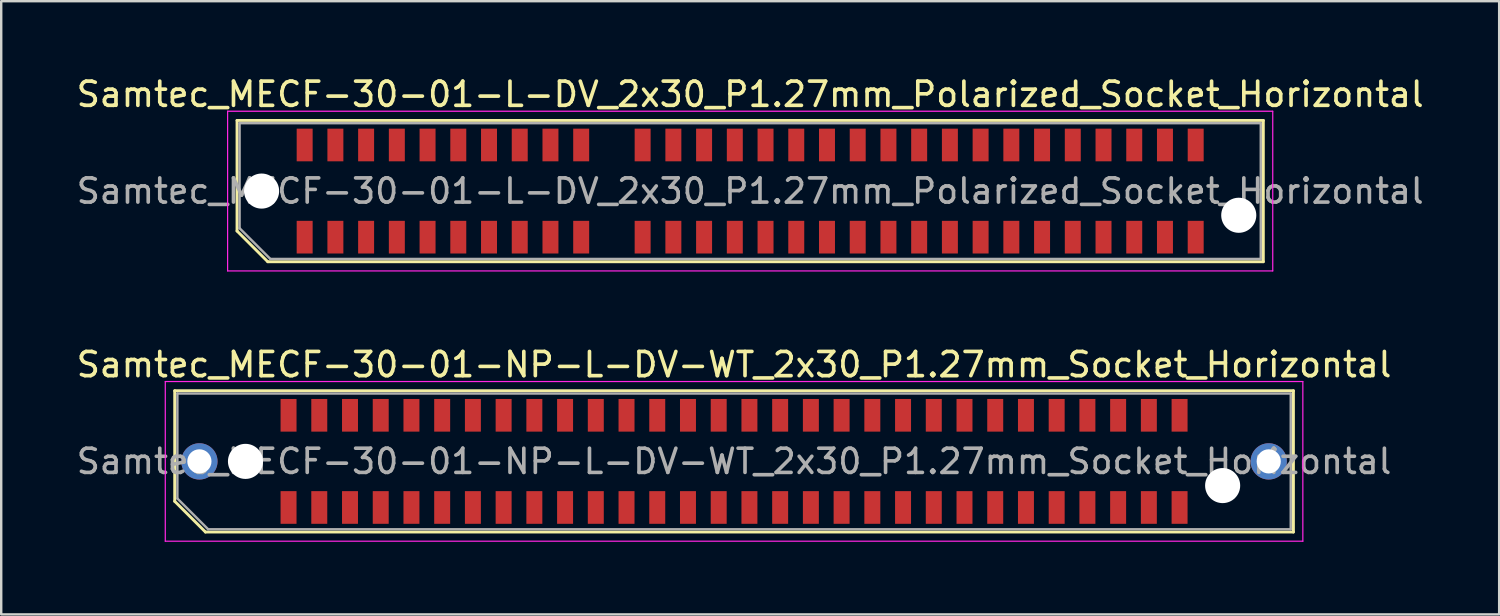
<source format=kicad_pcb>
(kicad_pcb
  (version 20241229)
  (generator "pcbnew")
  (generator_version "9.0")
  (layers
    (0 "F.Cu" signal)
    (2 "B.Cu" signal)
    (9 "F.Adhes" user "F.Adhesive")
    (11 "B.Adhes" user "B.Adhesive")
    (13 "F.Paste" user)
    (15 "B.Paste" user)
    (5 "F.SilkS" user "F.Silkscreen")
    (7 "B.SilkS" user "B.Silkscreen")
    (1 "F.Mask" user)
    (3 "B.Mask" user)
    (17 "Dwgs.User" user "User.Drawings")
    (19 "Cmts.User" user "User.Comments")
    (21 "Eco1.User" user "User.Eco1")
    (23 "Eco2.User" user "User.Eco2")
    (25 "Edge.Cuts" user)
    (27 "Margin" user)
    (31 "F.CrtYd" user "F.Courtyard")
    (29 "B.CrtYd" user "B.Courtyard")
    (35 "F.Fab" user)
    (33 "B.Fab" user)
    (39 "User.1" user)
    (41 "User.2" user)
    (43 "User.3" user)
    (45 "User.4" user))
  (footprint "Samtec_MECF-30-01-NP-L-DV-WT_2x30_P1.27mm_Socket_Horizontal"
    (layer "F.Cu")
    (at 27.292 16.021)
    (property "Reference" "Samtec_MECF-30-01-NP-L-DV-WT_2x30_P1.27mm_Socket_Horizontal" (at 0 -4 0) (layer "F.SilkS") (effects (font (size 1 1) (thickness 0.15))))
    (attr smd)
    (fp_line (start -23.12 -2.92) (end 23.12 -2.92) (stroke (width 0.12) (type solid)) (layer "F.SilkS"))
    (fp_line (start -23.12 1.65) (end -23.12 -2.92) (stroke (width 0.12) (type solid)) (layer "F.SilkS"))
    (fp_line (start -21.85 2.92) (end -23.12 1.65) (stroke (width 0.12) (type solid)) (layer "F.SilkS"))
    (fp_line (start -21.85 2.92) (end 23.12 2.92) (stroke (width 0.12) (type solid)) (layer "F.SilkS"))
    (fp_line (start 23.12 2.92) (end 23.12 -2.92) (stroke (width 0.12) (type solid)) (layer "F.SilkS"))
    (fp_line (start -23.51 -3.3) (end -23.51 3.3) (stroke (width 0.05) (type solid)) (layer "F.CrtYd"))
    (fp_line (start -23.51 3.3) (end 23.51 3.3) (stroke (width 0.05) (type solid)) (layer "F.CrtYd"))
    (fp_line (start 23.51 -3.3) (end -23.51 -3.3) (stroke (width 0.05) (type solid)) (layer "F.CrtYd"))
    (fp_line (start 23.51 3.3) (end 23.51 -3.3) (stroke (width 0.05) (type solid)) (layer "F.CrtYd"))
    (fp_line (start -23.01 -2.805) (end 23.01 -2.805) (stroke (width 0.1) (type solid)) (layer "F.Fab"))
    (fp_line (start -23.01 1.535) (end -23.01 -2.805) (stroke (width 0.1) (type solid)) (layer "F.Fab"))
    (fp_line (start -23.01 1.535) (end -21.74 2.805) (stroke (width 0.1) (type solid)) (layer "F.Fab"))
    (fp_line (start -21.74 2.805) (end 23.01 2.805) (stroke (width 0.1) (type solid)) (layer "F.Fab"))
    (fp_line (start 23.01 2.805) (end 23.01 -2.805) (stroke (width 0.1) (type solid)) (layer "F.Fab"))
    (fp_text user "${REFERENCE}" (at 0 0 0) (layer "F.Fab") (effects (font (size 1 1) (thickness 0.15))))
    (pad "" thru_hole circle (at -22.1 0) (size 1.5 1.5) (drill 1) (layers "*.Cu" "*.Mask"))
    (pad "" np_thru_hole circle (at -20.195 0) (size 1.45 1.45) (drill 1.45) (layers "*.Cu" "*.Mask"))
    (pad "" np_thru_hole circle (at 20.195 1) (size 1.45 1.45) (drill 1.45) (layers "*.Cu" "*.Mask"))
    (pad "" thru_hole circle (at 22.1 0) (size 1.5 1.5) (drill 1) (layers "*.Cu" "*.Mask"))
    (pad "1" smd rect (at -18.415 1.905) (size 0.66 1.35) (layers "F.Cu" "F.Mask" "F.Paste"))
    (pad "2" smd rect (at -18.415 -1.905) (size 0.66 1.35) (layers "F.Cu" "F.Mask" "F.Paste"))
    (pad "3" smd rect (at -17.145 1.905) (size 0.66 1.35) (layers "F.Cu" "F.Mask" "F.Paste"))
    (pad "4" smd rect (at -17.145 -1.905) (size 0.66 1.35) (layers "F.Cu" "F.Mask" "F.Paste"))
    (pad "5" smd rect (at -15.875 1.905) (size 0.66 1.35) (layers "F.Cu" "F.Mask" "F.Paste"))
    (pad "6" smd rect (at -15.875 -1.905) (size 0.66 1.35) (layers "F.Cu" "F.Mask" "F.Paste"))
    (pad "7" smd rect (at -14.605 1.905) (size 0.66 1.35) (layers "F.Cu" "F.Mask" "F.Paste"))
    (pad "8" smd rect (at -14.605 -1.905) (size 0.66 1.35) (layers "F.Cu" "F.Mask" "F.Paste"))
    (pad "9" smd rect (at -13.335 1.905) (size 0.66 1.35) (layers "F.Cu" "F.Mask" "F.Paste"))
    (pad "10" smd rect (at -13.335 -1.905) (size 0.66 1.35) (layers "F.Cu" "F.Mask" "F.Paste"))
    (pad "11" smd rect (at -12.065 1.905) (size 0.66 1.35) (layers "F.Cu" "F.Mask" "F.Paste"))
    (pad "12" smd rect (at -12.065 -1.905) (size 0.66 1.35) (layers "F.Cu" "F.Mask" "F.Paste"))
    (pad "13" smd rect (at -10.795 1.905) (size 0.66 1.35) (layers "F.Cu" "F.Mask" "F.Paste"))
    (pad "14" smd rect (at -10.795 -1.905) (size 0.66 1.35) (layers "F.Cu" "F.Mask" "F.Paste"))
    (pad "15" smd rect (at -9.525 1.905) (size 0.66 1.35) (layers "F.Cu" "F.Mask" "F.Paste"))
    (pad "16" smd rect (at -9.525 -1.905) (size 0.66 1.35) (layers "F.Cu" "F.Mask" "F.Paste"))
    (pad "17" smd rect (at -8.255 1.905) (size 0.66 1.35) (layers "F.Cu" "F.Mask" "F.Paste"))
    (pad "18" smd rect (at -8.255 -1.905) (size 0.66 1.35) (layers "F.Cu" "F.Mask" "F.Paste"))
    (pad "19" smd rect (at -6.985 1.905) (size 0.66 1.35) (layers "F.Cu" "F.Mask" "F.Paste"))
    (pad "20" smd rect (at -6.985 -1.905) (size 0.66 1.35) (layers "F.Cu" "F.Mask" "F.Paste"))
    (pad "21" smd rect (at -5.715 1.905) (size 0.66 1.35) (layers "F.Cu" "F.Mask" "F.Paste"))
    (pad "22" smd rect (at -5.715 -1.905) (size 0.66 1.35) (layers "F.Cu" "F.Mask" "F.Paste"))
    (pad "23" smd rect (at -4.445 1.905) (size 0.66 1.35) (layers "F.Cu" "F.Mask" "F.Paste"))
    (pad "24" smd rect (at -4.445 -1.905) (size 0.66 1.35) (layers "F.Cu" "F.Mask" "F.Paste"))
    (pad "25" smd rect (at -3.175 1.905) (size 0.66 1.35) (layers "F.Cu" "F.Mask" "F.Paste"))
    (pad "26" smd rect (at -3.175 -1.905) (size 0.66 1.35) (layers "F.Cu" "F.Mask" "F.Paste"))
    (pad "27" smd rect (at -1.905 1.905) (size 0.66 1.35) (layers "F.Cu" "F.Mask" "F.Paste"))
    (pad "28" smd rect (at -1.905 -1.905) (size 0.66 1.35) (layers "F.Cu" "F.Mask" "F.Paste"))
    (pad "29" smd rect (at -0.635 1.905) (size 0.66 1.35) (layers "F.Cu" "F.Mask" "F.Paste"))
    (pad "30" smd rect (at -0.635 -1.905) (size 0.66 1.35) (layers "F.Cu" "F.Mask" "F.Paste"))
    (pad "31" smd rect (at 0.635 1.905) (size 0.66 1.35) (layers "F.Cu" "F.Mask" "F.Paste"))
    (pad "32" smd rect (at 0.635 -1.905) (size 0.66 1.35) (layers "F.Cu" "F.Mask" "F.Paste"))
    (pad "33" smd rect (at 1.905 1.905) (size 0.66 1.35) (layers "F.Cu" "F.Mask" "F.Paste"))
    (pad "34" smd rect (at 1.905 -1.905) (size 0.66 1.35) (layers "F.Cu" "F.Mask" "F.Paste"))
    (pad "35" smd rect (at 3.175 1.905) (size 0.66 1.35) (layers "F.Cu" "F.Mask" "F.Paste"))
    (pad "36" smd rect (at 3.175 -1.905) (size 0.66 1.35) (layers "F.Cu" "F.Mask" "F.Paste"))
    (pad "37" smd rect (at 4.445 1.905) (size 0.66 1.35) (layers "F.Cu" "F.Mask" "F.Paste"))
    (pad "38" smd rect (at 4.445 -1.905) (size 0.66 1.35) (layers "F.Cu" "F.Mask" "F.Paste"))
    (pad "39" smd rect (at 5.715 1.905) (size 0.66 1.35) (layers "F.Cu" "F.Mask" "F.Paste"))
    (pad "40" smd rect (at 5.715 -1.905) (size 0.66 1.35) (layers "F.Cu" "F.Mask" "F.Paste"))
    (pad "41" smd rect (at 6.985 1.905) (size 0.66 1.35) (layers "F.Cu" "F.Mask" "F.Paste"))
    (pad "42" smd rect (at 6.985 -1.905) (size 0.66 1.35) (layers "F.Cu" "F.Mask" "F.Paste"))
    (pad "43" smd rect (at 8.255 1.905) (size 0.66 1.35) (layers "F.Cu" "F.Mask" "F.Paste"))
    (pad "44" smd rect (at 8.255 -1.905) (size 0.66 1.35) (layers "F.Cu" "F.Mask" "F.Paste"))
    (pad "45" smd rect (at 9.525 1.905) (size 0.66 1.35) (layers "F.Cu" "F.Mask" "F.Paste"))
    (pad "46" smd rect (at 9.525 -1.905) (size 0.66 1.35) (layers "F.Cu" "F.Mask" "F.Paste"))
    (pad "47" smd rect (at 10.795 1.905) (size 0.66 1.35) (layers "F.Cu" "F.Mask" "F.Paste"))
    (pad "48" smd rect (at 10.795 -1.905) (size 0.66 1.35) (layers "F.Cu" "F.Mask" "F.Paste"))
    (pad "49" smd rect (at 12.065 1.905) (size 0.66 1.35) (layers "F.Cu" "F.Mask" "F.Paste"))
    (pad "50" smd rect (at 12.065 -1.905) (size 0.66 1.35) (layers "F.Cu" "F.Mask" "F.Paste"))
    (pad "51" smd rect (at 13.335 1.905) (size 0.66 1.35) (layers "F.Cu" "F.Mask" "F.Paste"))
    (pad "52" smd rect (at 13.335 -1.905) (size 0.66 1.35) (layers "F.Cu" "F.Mask" "F.Paste"))
    (pad "53" smd rect (at 14.605 1.905) (size 0.66 1.35) (layers "F.Cu" "F.Mask" "F.Paste"))
    (pad "54" smd rect (at 14.605 -1.905) (size 0.66 1.35) (layers "F.Cu" "F.Mask" "F.Paste"))
    (pad "55" smd rect (at 15.875 1.905) (size 0.66 1.35) (layers "F.Cu" "F.Mask" "F.Paste"))
    (pad "56" smd rect (at 15.875 -1.905) (size 0.66 1.35) (layers "F.Cu" "F.Mask" "F.Paste"))
    (pad "57" smd rect (at 17.145 1.905) (size 0.66 1.35) (layers "F.Cu" "F.Mask" "F.Paste"))
    (pad "58" smd rect (at 17.145 -1.905) (size 0.66 1.35) (layers "F.Cu" "F.Mask" "F.Paste"))
    (pad "59" smd rect (at 18.415 1.905) (size 0.66 1.35) (layers "F.Cu" "F.Mask" "F.Paste"))
    (pad "60" smd rect (at 18.415 -1.905) (size 0.66 1.35) (layers "F.Cu" "F.Mask" "F.Paste")))
  (footprint "Samtec_MECF-30-01-L-DV_2x30_P1.27mm_Polarized_Socket_Horizontal"
    (layer "F.Cu")
    (at 27.958 4.848)
    (property "Reference" "Samtec_MECF-30-01-L-DV_2x30_P1.27mm_Polarized_Socket_Horizontal" (at 0 -4 0) (layer "F.SilkS") (effects (font (size 1 1) (thickness 0.15))))
    (attr smd)
    (fp_line (start -21.21 -2.92) (end 21.21 -2.92) (stroke (width 0.12) (type solid)) (layer "F.SilkS"))
    (fp_line (start -21.21 1.65) (end -21.21 -2.92) (stroke (width 0.12) (type solid)) (layer "F.SilkS"))
    (fp_line (start -19.94 2.92) (end -21.21 1.65) (stroke (width 0.12) (type solid)) (layer "F.SilkS"))
    (fp_line (start -19.94 2.92) (end 21.21 2.92) (stroke (width 0.12) (type solid)) (layer "F.SilkS"))
    (fp_line (start 21.21 2.92) (end 21.21 -2.92) (stroke (width 0.12) (type solid)) (layer "F.SilkS"))
    (fp_line (start -21.6 -3.3) (end -21.6 3.3) (stroke (width 0.05) (type solid)) (layer "F.CrtYd"))
    (fp_line (start -21.6 3.3) (end 21.6 3.3) (stroke (width 0.05) (type solid)) (layer "F.CrtYd"))
    (fp_line (start 21.6 -3.3) (end -21.6 -3.3) (stroke (width 0.05) (type solid)) (layer "F.CrtYd"))
    (fp_line (start 21.6 3.3) (end 21.6 -3.3) (stroke (width 0.05) (type solid)) (layer "F.CrtYd"))
    (fp_line (start -21.105 -2.805) (end 21.105 -2.805) (stroke (width 0.1) (type solid)) (layer "F.Fab"))
    (fp_line (start -21.105 1.535) (end -21.105 -2.805) (stroke (width 0.1) (type solid)) (layer "F.Fab"))
    (fp_line (start -21.105 1.535) (end -19.835 2.805) (stroke (width 0.1) (type solid)) (layer "F.Fab"))
    (fp_line (start -19.835 2.805) (end 21.105 2.805) (stroke (width 0.1) (type solid)) (layer "F.Fab"))
    (fp_line (start 21.105 2.805) (end 21.105 -2.805) (stroke (width 0.1) (type solid)) (layer "F.Fab"))
    (fp_text user "${REFERENCE}" (at 0 0 0) (layer "F.Fab") (effects (font (size 1 1) (thickness 0.15))))
    (pad "" np_thru_hole circle (at -20.195 0) (size 1.45 1.45) (drill 1.45) (layers "*.Cu" "*.Mask"))
    (pad "" np_thru_hole circle (at 20.195 1) (size 1.45 1.45) (drill 1.45) (layers "*.Cu" "*.Mask"))
    (pad "1" smd rect (at -18.415 1.905) (size 0.66 1.35) (layers "F.Cu" "F.Mask" "F.Paste"))
    (pad "2" smd rect (at -18.415 -1.905) (size 0.66 1.35) (layers "F.Cu" "F.Mask" "F.Paste"))
    (pad "3" smd rect (at -17.145 1.905) (size 0.66 1.35) (layers "F.Cu" "F.Mask" "F.Paste"))
    (pad "4" smd rect (at -17.145 -1.905) (size 0.66 1.35) (layers "F.Cu" "F.Mask" "F.Paste"))
    (pad "5" smd rect (at -15.875 1.905) (size 0.66 1.35) (layers "F.Cu" "F.Mask" "F.Paste"))
    (pad "6" smd rect (at -15.875 -1.905) (size 0.66 1.35) (layers "F.Cu" "F.Mask" "F.Paste"))
    (pad "7" smd rect (at -14.605 1.905) (size 0.66 1.35) (layers "F.Cu" "F.Mask" "F.Paste"))
    (pad "8" smd rect (at -14.605 -1.905) (size 0.66 1.35) (layers "F.Cu" "F.Mask" "F.Paste"))
    (pad "9" smd rect (at -13.335 1.905) (size 0.66 1.35) (layers "F.Cu" "F.Mask" "F.Paste"))
    (pad "10" smd rect (at -13.335 -1.905) (size 0.66 1.35) (layers "F.Cu" "F.Mask" "F.Paste"))
    (pad "11" smd rect (at -12.065 1.905) (size 0.66 1.35) (layers "F.Cu" "F.Mask" "F.Paste"))
    (pad "12" smd rect (at -12.065 -1.905) (size 0.66 1.35) (layers "F.Cu" "F.Mask" "F.Paste"))
    (pad "13" smd rect (at -10.795 1.905) (size 0.66 1.35) (layers "F.Cu" "F.Mask" "F.Paste"))
    (pad "14" smd rect (at -10.795 -1.905) (size 0.66 1.35) (layers "F.Cu" "F.Mask" "F.Paste"))
    (pad "15" smd rect (at -9.525 1.905) (size 0.66 1.35) (layers "F.Cu" "F.Mask" "F.Paste"))
    (pad "16" smd rect (at -9.525 -1.905) (size 0.66 1.35) (layers "F.Cu" "F.Mask" "F.Paste"))
    (pad "17" smd rect (at -8.255 1.905) (size 0.66 1.35) (layers "F.Cu" "F.Mask" "F.Paste"))
    (pad "18" smd rect (at -8.255 -1.905) (size 0.66 1.35) (layers "F.Cu" "F.Mask" "F.Paste"))
    (pad "19" smd rect (at -6.985 1.905) (size 0.66 1.35) (layers "F.Cu" "F.Mask" "F.Paste"))
    (pad "20" smd rect (at -6.985 -1.905) (size 0.66 1.35) (layers "F.Cu" "F.Mask" "F.Paste"))
    (pad "23" smd rect (at -4.445 1.905) (size 0.66 1.35) (layers "F.Cu" "F.Mask" "F.Paste"))
    (pad "24" smd rect (at -4.445 -1.905) (size 0.66 1.35) (layers "F.Cu" "F.Mask" "F.Paste"))
    (pad "25" smd rect (at -3.175 1.905) (size 0.66 1.35) (layers "F.Cu" "F.Mask" "F.Paste"))
    (pad "26" smd rect (at -3.175 -1.905) (size 0.66 1.35) (layers "F.Cu" "F.Mask" "F.Paste"))
    (pad "27" smd rect (at -1.905 1.905) (size 0.66 1.35) (layers "F.Cu" "F.Mask" "F.Paste"))
    (pad "28" smd rect (at -1.905 -1.905) (size 0.66 1.35) (layers "F.Cu" "F.Mask" "F.Paste"))
    (pad "29" smd rect (at -0.635 1.905) (size 0.66 1.35) (layers "F.Cu" "F.Mask" "F.Paste"))
    (pad "30" smd rect (at -0.635 -1.905) (size 0.66 1.35) (layers "F.Cu" "F.Mask" "F.Paste"))
    (pad "31" smd rect (at 0.635 1.905) (size 0.66 1.35) (layers "F.Cu" "F.Mask" "F.Paste"))
    (pad "32" smd rect (at 0.635 -1.905) (size 0.66 1.35) (layers "F.Cu" "F.Mask" "F.Paste"))
    (pad "33" smd rect (at 1.905 1.905) (size 0.66 1.35) (layers "F.Cu" "F.Mask" "F.Paste"))
    (pad "34" smd rect (at 1.905 -1.905) (size 0.66 1.35) (layers "F.Cu" "F.Mask" "F.Paste"))
    (pad "35" smd rect (at 3.175 1.905) (size 0.66 1.35) (layers "F.Cu" "F.Mask" "F.Paste"))
    (pad "36" smd rect (at 3.175 -1.905) (size 0.66 1.35) (layers "F.Cu" "F.Mask" "F.Paste"))
    (pad "37" smd rect (at 4.445 1.905) (size 0.66 1.35) (layers "F.Cu" "F.Mask" "F.Paste"))
    (pad "38" smd rect (at 4.445 -1.905) (size 0.66 1.35) (layers "F.Cu" "F.Mask" "F.Paste"))
    (pad "39" smd rect (at 5.715 1.905) (size 0.66 1.35) (layers "F.Cu" "F.Mask" "F.Paste"))
    (pad "40" smd rect (at 5.715 -1.905) (size 0.66 1.35) (layers "F.Cu" "F.Mask" "F.Paste"))
    (pad "41" smd rect (at 6.985 1.905) (size 0.66 1.35) (layers "F.Cu" "F.Mask" "F.Paste"))
    (pad "42" smd rect (at 6.985 -1.905) (size 0.66 1.35) (layers "F.Cu" "F.Mask" "F.Paste"))
    (pad "43" smd rect (at 8.255 1.905) (size 0.66 1.35) (layers "F.Cu" "F.Mask" "F.Paste"))
    (pad "44" smd rect (at 8.255 -1.905) (size 0.66 1.35) (layers "F.Cu" "F.Mask" "F.Paste"))
    (pad "45" smd rect (at 9.525 1.905) (size 0.66 1.35) (layers "F.Cu" "F.Mask" "F.Paste"))
    (pad "46" smd rect (at 9.525 -1.905) (size 0.66 1.35) (layers "F.Cu" "F.Mask" "F.Paste"))
    (pad "47" smd rect (at 10.795 1.905) (size 0.66 1.35) (layers "F.Cu" "F.Mask" "F.Paste"))
    (pad "48" smd rect (at 10.795 -1.905) (size 0.66 1.35) (layers "F.Cu" "F.Mask" "F.Paste"))
    (pad "49" smd rect (at 12.065 1.905) (size 0.66 1.35) (layers "F.Cu" "F.Mask" "F.Paste"))
    (pad "50" smd rect (at 12.065 -1.905) (size 0.66 1.35) (layers "F.Cu" "F.Mask" "F.Paste"))
    (pad "51" smd rect (at 13.335 1.905) (size 0.66 1.35) (layers "F.Cu" "F.Mask" "F.Paste"))
    (pad "52" smd rect (at 13.335 -1.905) (size 0.66 1.35) (layers "F.Cu" "F.Mask" "F.Paste"))
    (pad "53" smd rect (at 14.605 1.905) (size 0.66 1.35) (layers "F.Cu" "F.Mask" "F.Paste"))
    (pad "54" smd rect (at 14.605 -1.905) (size 0.66 1.35) (layers "F.Cu" "F.Mask" "F.Paste"))
    (pad "55" smd rect (at 15.875 1.905) (size 0.66 1.35) (layers "F.Cu" "F.Mask" "F.Paste"))
    (pad "56" smd rect (at 15.875 -1.905) (size 0.66 1.35) (layers "F.Cu" "F.Mask" "F.Paste"))
    (pad "57" smd rect (at 17.145 1.905) (size 0.66 1.35) (layers "F.Cu" "F.Mask" "F.Paste"))
    (pad "58" smd rect (at 17.145 -1.905) (size 0.66 1.35) (layers "F.Cu" "F.Mask" "F.Paste"))
    (pad "59" smd rect (at 18.415 1.905) (size 0.66 1.35) (layers "F.Cu" "F.Mask" "F.Paste"))
    (pad "60" smd rect (at 18.415 -1.905) (size 0.66 1.35) (layers "F.Cu" "F.Mask" "F.Paste")))
  (gr_rect
    (start -3 -3)
    (end 58.917 22.346)
    (stroke (width 0.1) (type default))
    (fill no)
    (layer "Edge.Cuts")))
</source>
